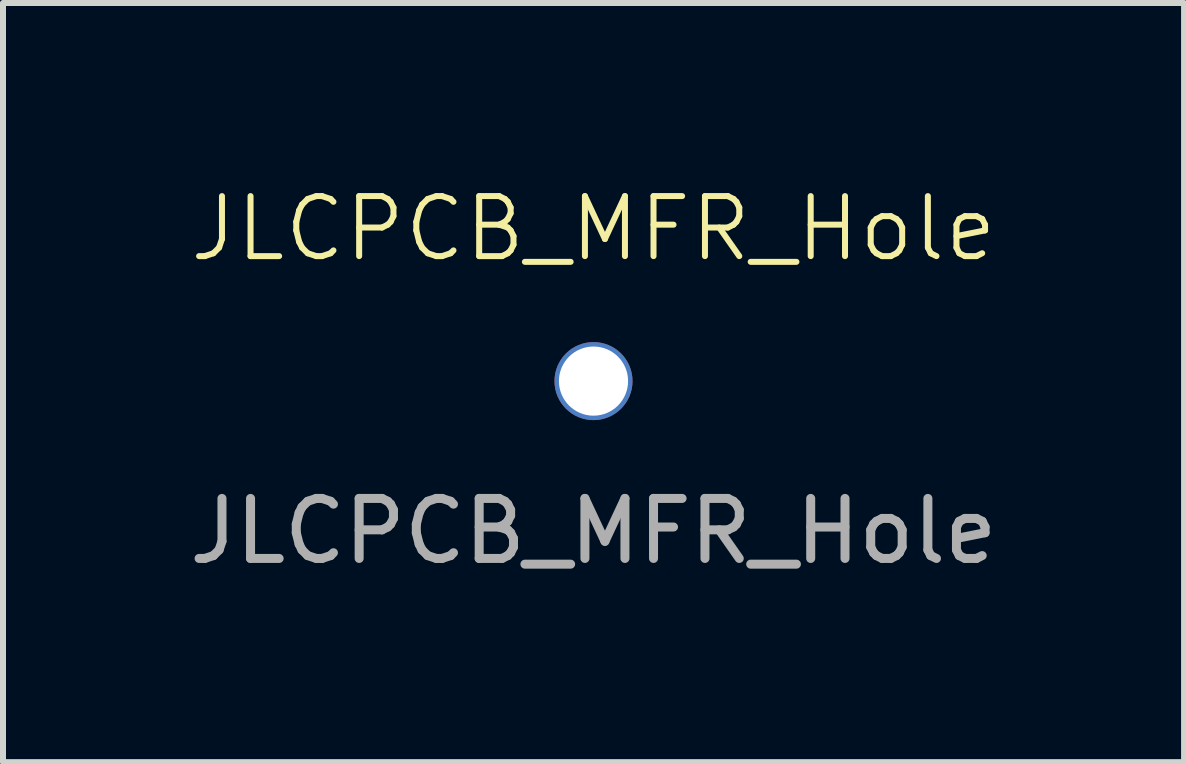
<source format=kicad_pcb>
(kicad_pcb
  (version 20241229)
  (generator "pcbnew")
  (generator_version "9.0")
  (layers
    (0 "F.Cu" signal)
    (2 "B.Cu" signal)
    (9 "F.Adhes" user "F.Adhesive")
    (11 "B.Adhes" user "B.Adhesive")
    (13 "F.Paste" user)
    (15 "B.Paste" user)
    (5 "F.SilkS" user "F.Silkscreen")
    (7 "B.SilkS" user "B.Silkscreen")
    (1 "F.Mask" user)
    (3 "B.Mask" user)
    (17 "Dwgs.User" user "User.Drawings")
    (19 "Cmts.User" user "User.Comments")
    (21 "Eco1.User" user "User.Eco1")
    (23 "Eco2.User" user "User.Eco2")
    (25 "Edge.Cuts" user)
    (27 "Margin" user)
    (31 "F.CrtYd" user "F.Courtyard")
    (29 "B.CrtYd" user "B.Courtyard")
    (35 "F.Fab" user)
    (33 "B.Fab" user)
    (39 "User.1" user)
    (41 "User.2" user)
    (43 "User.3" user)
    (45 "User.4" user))
  (footprint "JLCPCB_MFR_Hole"
    (layer "F.Cu")
    (at 6.839 3.3)
    (property "Reference" "JLCPCB_MFR_Hole" (at 0 -2.54 0) (unlocked yes) (layer "F.SilkS") (effects (font (size 1 1) (thickness 0.1))))
    (attr through_hole)
    (fp_text user "${REFERENCE}" (at 0 2.5 0) (unlocked yes) (layer "F.Fab") (effects (font (size 1 1) (thickness 0.15))))
    (pad "" np_thru_hole circle (at 0 0) (size 1.3 1.3) (drill 1.152) (layers "*.Cu" "*.Mask")))
  (gr_rect
    (start -3 -3)
    (end 16.679 9.649)
    (stroke (width 0.1) (type default))
    (fill no)
    (layer "Edge.Cuts")))
</source>
